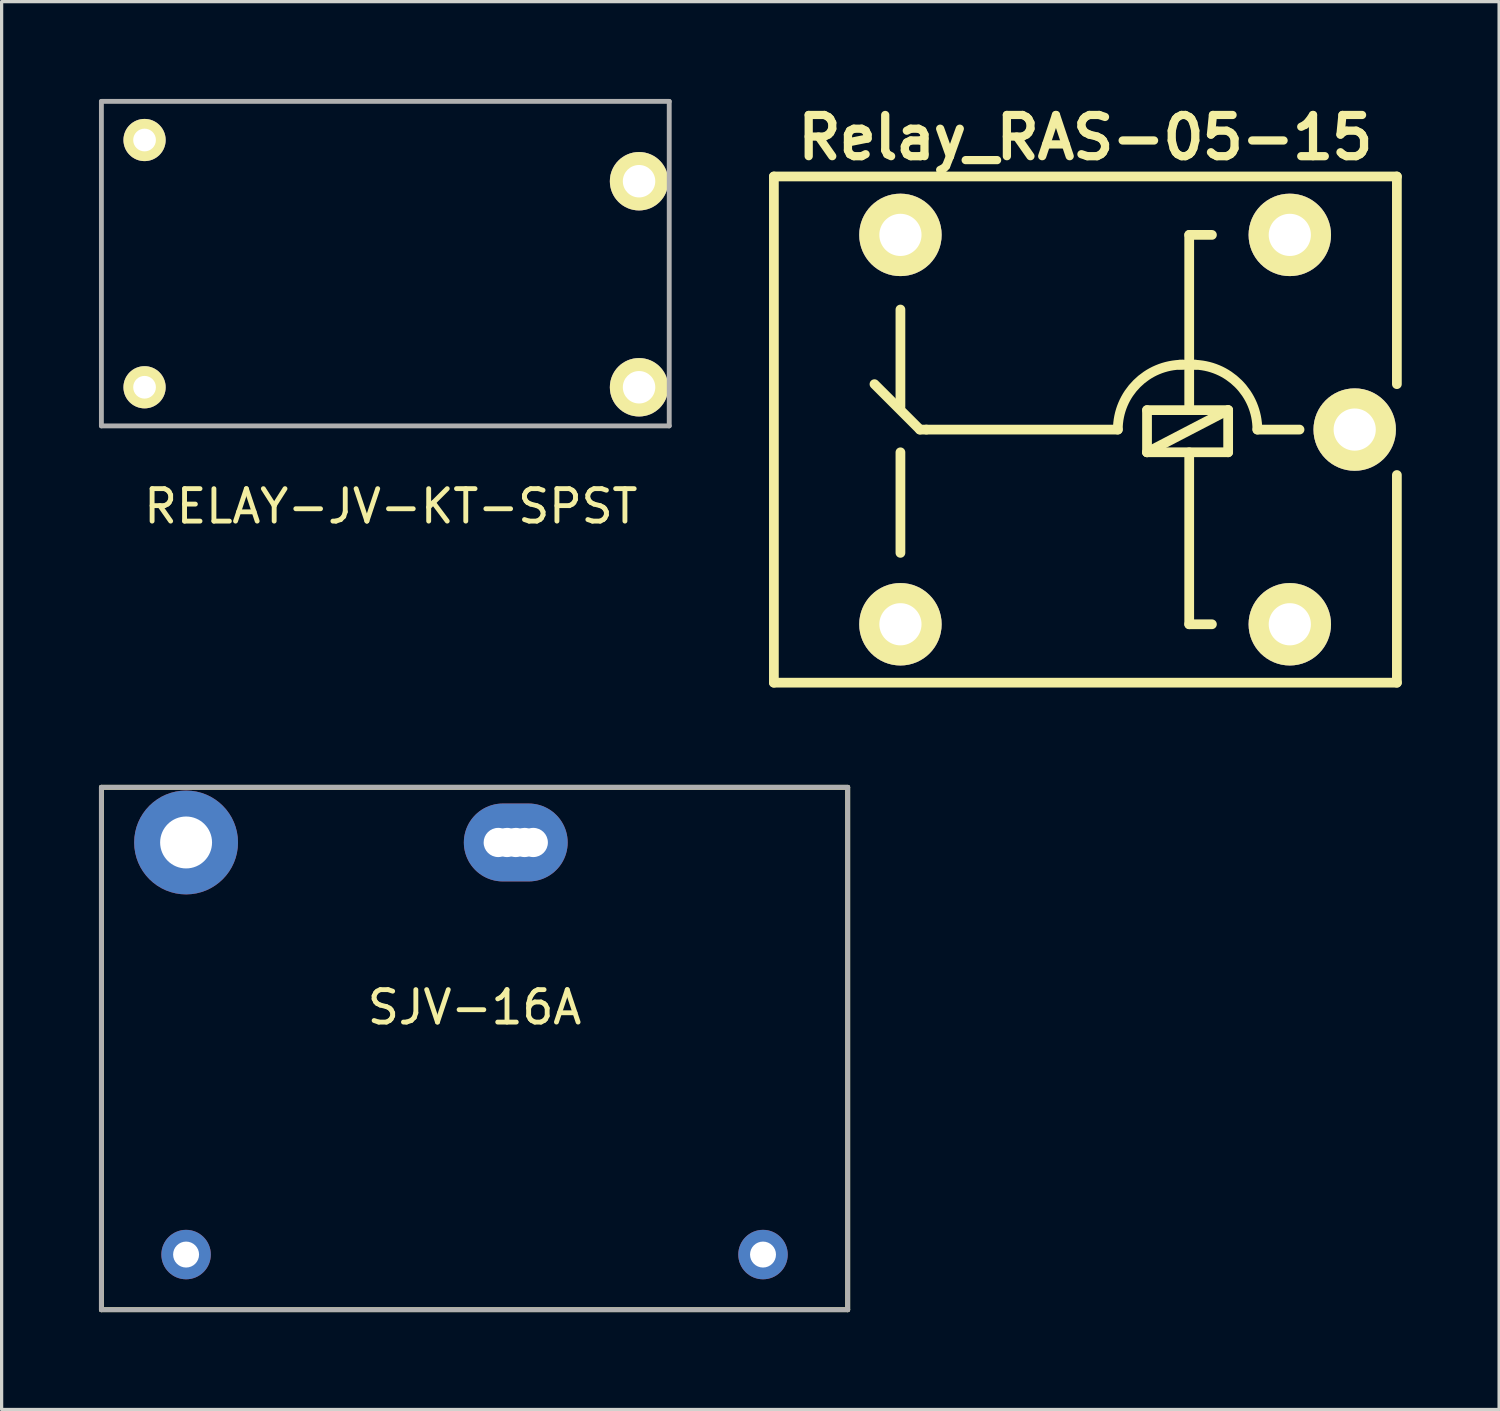
<source format=kicad_pcb>
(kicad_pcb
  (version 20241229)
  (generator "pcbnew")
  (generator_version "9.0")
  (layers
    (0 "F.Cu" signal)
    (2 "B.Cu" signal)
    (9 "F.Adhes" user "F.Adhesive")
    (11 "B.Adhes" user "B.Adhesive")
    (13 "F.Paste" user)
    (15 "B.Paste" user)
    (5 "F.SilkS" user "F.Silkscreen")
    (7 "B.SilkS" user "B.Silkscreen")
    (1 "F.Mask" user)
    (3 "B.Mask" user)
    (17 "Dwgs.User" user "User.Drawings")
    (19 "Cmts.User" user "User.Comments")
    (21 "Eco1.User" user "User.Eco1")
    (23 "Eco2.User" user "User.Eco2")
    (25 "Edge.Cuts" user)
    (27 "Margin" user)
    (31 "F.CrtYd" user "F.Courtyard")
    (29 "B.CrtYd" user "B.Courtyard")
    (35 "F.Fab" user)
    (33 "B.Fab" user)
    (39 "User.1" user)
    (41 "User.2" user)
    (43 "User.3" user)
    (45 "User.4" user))
  (footprint "Relay_RAS-05-15"
    (layer "F.Cu")
    (at 30.4 10.189)
    (property "Reference" "Relay_RAS-05-15" (at 0 -9 0) (layer "F.SilkS") (effects (font (size 1.27 1.27) (thickness 0.254))))
    (attr smd)
    (fp_line (start -9.6 -7.8) (end -9.6 7.8) (stroke (width 0.3) (type solid)) (layer "F.SilkS"))
    (fp_line (start -9.6 7.8) (end 9.6 7.8) (stroke (width 0.3) (type solid)) (layer "F.SilkS"))
    (fp_line (start -5.7 -3.7) (end -5.7 -0.7) (stroke (width 0.3) (type solid)) (layer "F.SilkS"))
    (fp_line (start -5.7 3.8) (end -5.7 0.7) (stroke (width 0.3) (type solid)) (layer "F.SilkS"))
    (fp_line (start -5.1 0) (end -6.5 -1.4) (stroke (width 0.3) (type solid)) (layer "F.SilkS"))
    (fp_line (start -4.9 0) (end -5.1 0) (stroke (width 0.3) (type solid)) (layer "F.SilkS"))
    (fp_line (start 1 0) (end -4.9 0) (stroke (width 0.3) (type solid)) (layer "F.SilkS"))
    (fp_line (start 1.9 -0.6) (end 1.9 0.7) (stroke (width 0.3) (type solid)) (layer "F.SilkS"))
    (fp_line (start 1.9 0.7) (end 4.4 -0.6) (stroke (width 0.3) (type solid)) (layer "F.SilkS"))
    (fp_line (start 1.9 0.7) (end 4.4 0.7) (stroke (width 0.3) (type solid)) (layer "F.SilkS"))
    (fp_line (start 2.9 -2) (end 3.4 -2) (stroke (width 0.3) (type solid)) (layer "F.SilkS"))
    (fp_line (start 3.2 -6) (end 3.2 -0.6) (stroke (width 0.3) (type solid)) (layer "F.SilkS"))
    (fp_line (start 3.2 6) (end 3.2 0.7) (stroke (width 0.3) (type solid)) (layer "F.SilkS"))
    (fp_line (start 3.9 -6) (end 3.2 -6) (stroke (width 0.3) (type solid)) (layer "F.SilkS"))
    (fp_line (start 3.9 6) (end 3.2 6) (stroke (width 0.3) (type solid)) (layer "F.SilkS"))
    (fp_line (start 4.4 -0.6) (end 1.9 -0.6) (stroke (width 0.3) (type solid)) (layer "F.SilkS"))
    (fp_line (start 4.4 0.7) (end 4.4 -0.6) (stroke (width 0.3) (type solid)) (layer "F.SilkS"))
    (fp_line (start 6.6 0) (end 5.3 0) (stroke (width 0.3) (type solid)) (layer "F.SilkS"))
    (fp_line (start 9.6 -7.8) (end -9.6 -7.8) (stroke (width 0.3) (type solid)) (layer "F.SilkS"))
    (fp_line (start 9.6 -7.8) (end 9.6 -1.4) (stroke (width 0.3) (type solid)) (layer "F.SilkS"))
    (fp_line (start 9.6 1.4) (end 9.6 7.8) (stroke (width 0.3) (type solid)) (layer "F.SilkS"))
    (fp_arc (start 1 0) (mid 1.585786 -1.414214) (end 3 -2) (stroke (width 0.3) (type solid)) (layer "F.SilkS"))
    (fp_arc (start 3.3 -2) (mid 4.714214 -1.414214) (end 5.3 0) (stroke (width 0.3) (type solid)) (layer "F.SilkS"))
    (pad "1" thru_hole circle (at 6.3 -6) (size 2.54 2.54) (drill 1.3) (layers "*.Cu" "*.Mask" "F.SilkS"))
    (pad "2" thru_hole circle (at 6.3 6) (size 2.54 2.54) (drill 1.3) (layers "*.Cu" "*.Mask" "F.SilkS"))
    (pad "COM0" thru_hole circle (at 8.3 0) (size 2.54 2.54) (drill 1.3) (layers "*.Cu" "*.Mask" "F.SilkS"))
    (pad "NC0" thru_hole circle (at -5.7 -6) (size 2.54 2.54) (drill 1.3) (layers "*.Cu" "*.Mask" "F.SilkS"))
    (pad "NO0" thru_hole circle (at -5.7 6) (size 2.54 2.54) (drill 1.3) (layers "*.Cu" "*.Mask" "F.SilkS")))
  (footprint "RELAY-JV-KT-SPST"
    (layer "F.Cu")
    (at 9.025 5.075)
    (property "Reference" "RELAY-JV-KT-SPST" (at -0.03 7.48 0) (layer "F.SilkS") (effects (font (size 1 1) (thickness 0.15))))
    (attr smd)
    (fp_line (start -8.95 -5) (end 8.55 -5) (stroke (width 0.15) (type solid)) (layer "F.Fab"))
    (fp_line (start -8.95 5) (end -8.95 -5) (stroke (width 0.15) (type solid)) (layer "F.Fab"))
    (fp_line (start 8.55 5) (end -8.95 5) (stroke (width 0.15) (type solid)) (layer "F.Fab"))
    (fp_line (start 8.55 5) (end 8.55 -5) (stroke (width 0.15) (type solid)) (layer "F.Fab"))
    (pad "1" thru_hole circle (at -7.62 3.81) (size 1.3 1.3) (drill 0.7) (layers "*.Cu" "*.Mask" "F.SilkS"))
    (pad "2" thru_hole circle (at -7.62 -3.81) (size 1.3 1.3) (drill 0.7) (layers "*.Cu" "*.Mask" "F.SilkS"))
    (pad "3" thru_hole circle (at 7.62 -2.54) (size 1.8 1.8) (drill 1) (layers "*.Cu" "*.Mask" "F.SilkS"))
    (pad "4" thru_hole circle (at 7.62 3.81) (size 1.8 1.8) (drill 1) (layers "*.Cu" "*.Mask" "F.SilkS")))
  (footprint "SJV-16A"
    (layer "F.Cu")
    (at 11.575 29.264)
    (property "Reference" "SJV-16A" (at 0 -1.27 0) (layer "F.SilkS") (effects (font (size 1 1) (thickness 0.15))))
    (attr smd)
    (fp_line (start -11.5 -8.05) (end -11.5 8.05) (stroke (width 0.15) (type solid)) (layer "F.SilkS"))
    (fp_line (start -11.5 8.05) (end 11.5 8.05) (stroke (width 0.15) (type solid)) (layer "F.SilkS"))
    (fp_line (start 11.5 -8.05) (end -11.5 -8.05) (stroke (width 0.15) (type solid)) (layer "F.SilkS"))
    (fp_line (start 11.5 8.05) (end 11.5 -8.05) (stroke (width 0.15) (type solid)) (layer "F.SilkS"))
    (fp_line (start -11.5 -8.05) (end -11.5 8.05) (stroke (width 0.15) (type solid)) (layer "F.Fab"))
    (fp_line (start -11.5 8.05) (end 11.5 8.05) (stroke (width 0.15) (type solid)) (layer "F.Fab"))
    (fp_line (start 11.5 -8.05) (end -11.5 -8.05) (stroke (width 0.15) (type solid)) (layer "F.Fab"))
    (fp_line (start 11.5 8.05) (end 11.5 -8.05) (stroke (width 0.15) (type solid)) (layer "F.Fab"))
    (pad "1" thru_hole circle (at 8.89 6.35) (size 1.524 1.524) (drill 0.8) (layers "*.Cu" "*.Mask"))
    (pad "2" thru_hole circle (at -8.89 6.35) (size 1.524 1.524) (drill 0.8) (layers "*.Cu" "*.Mask"))
    (pad "3" thru_hole circle (at -8.89 -6.35) (size 3.2 3.2) (drill 1.6) (layers "*.Cu" "*.Mask"))
    (pad "4" thru_hole circle (at 0.73 -6.35) (size 1 1) (drill 0.9) (layers "*.Cu" "*.Mask"))
    (pad "4" thru_hole circle (at 1 -6.35) (size 1 1) (drill 0.9) (layers "*.Cu" "*.Mask"))
    (pad "4" thru_hole oval (at 1.27 -6.35) (size 3.2 2.4) (drill 0.9) (layers "*.Cu" "*.Mask"))
    (pad "4" thru_hole circle (at 1.54 -6.35) (size 1 1) (drill 0.9) (layers "*.Cu" "*.Mask"))
    (pad "4" thru_hole circle (at 1.81 -6.35) (size 1 1) (drill 0.9) (layers "*.Cu" "*.Mask")))
  (gr_rect
    (start -3 -3)
    (end 43.15 40.389)
    (stroke (width 0.1) (type default))
    (fill no)
    (layer "Edge.Cuts")))
</source>
